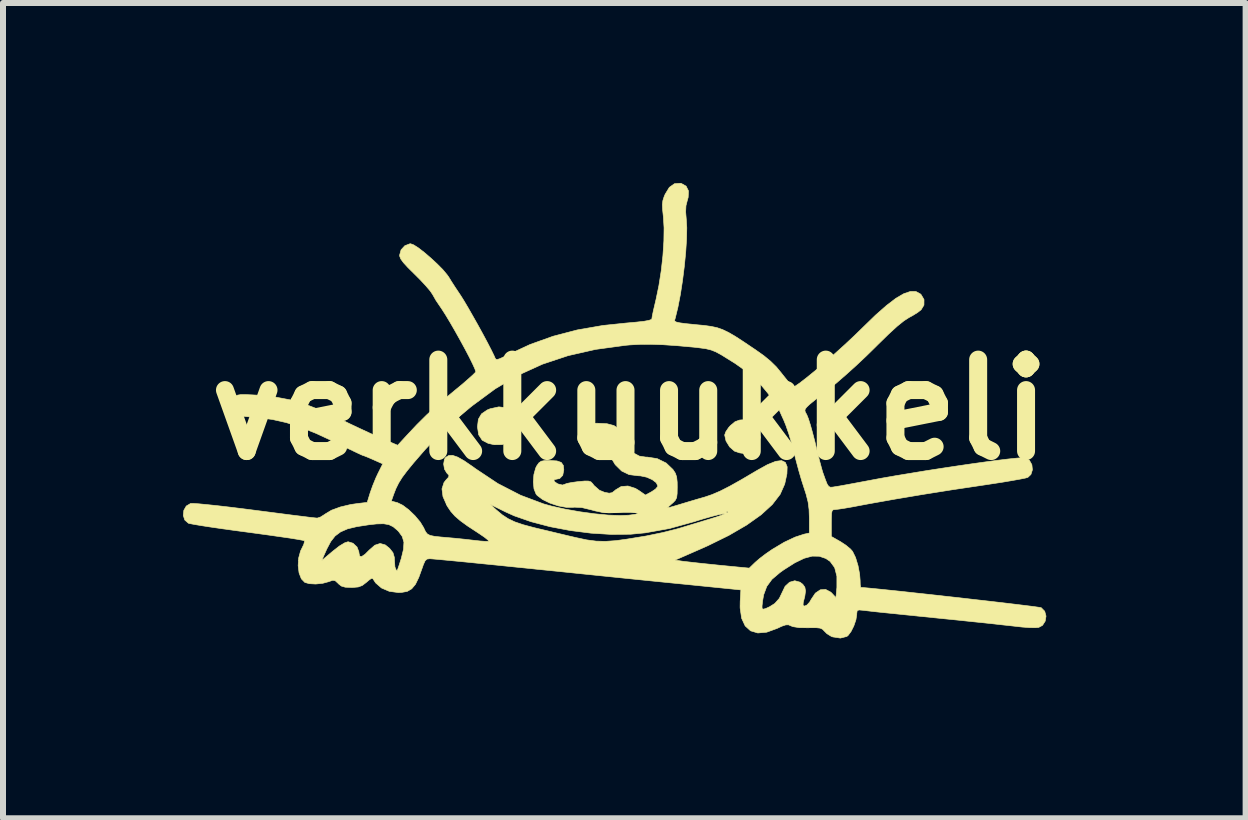
<source format=kicad_pcb>
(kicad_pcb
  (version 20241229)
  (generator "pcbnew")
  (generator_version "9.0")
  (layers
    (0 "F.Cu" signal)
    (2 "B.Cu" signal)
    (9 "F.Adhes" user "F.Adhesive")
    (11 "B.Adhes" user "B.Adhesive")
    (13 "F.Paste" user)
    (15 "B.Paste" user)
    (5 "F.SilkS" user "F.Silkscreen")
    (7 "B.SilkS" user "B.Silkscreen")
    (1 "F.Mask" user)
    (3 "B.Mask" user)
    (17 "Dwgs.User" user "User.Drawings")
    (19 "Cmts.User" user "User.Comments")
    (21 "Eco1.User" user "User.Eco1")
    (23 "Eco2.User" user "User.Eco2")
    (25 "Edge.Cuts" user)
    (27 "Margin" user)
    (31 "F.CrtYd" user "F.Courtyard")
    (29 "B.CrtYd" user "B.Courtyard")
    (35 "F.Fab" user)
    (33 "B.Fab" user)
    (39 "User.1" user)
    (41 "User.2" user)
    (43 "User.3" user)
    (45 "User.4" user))
  (footprint "verkkuukkeli"
    (layer "F.Cu")
    (at 7.449 3.779)
    (property "Reference" "verkkuukkeli" (at 0 0 0) (layer "F.SilkS") (effects (font (size 1.524 1.524) (thickness 0.3))))
    (attr through_hole)
    (fp_poly (pts (xy 1.984 0.195) (xy 2.079 0.261) (xy 2.147 0.354) (xy 2.173 0.459) (xy 2.173 0.461) (xy 2.15 0.574) (xy 2.087 0.665) (xy 1.997 0.721) (xy 1.924 0.733) (xy 1.83 0.72) (xy 1.745 0.691) (xy 1.743 0.69) (xy 1.663 0.62) (xy 1.603 0.522) (xy 1.58 0.422) (xy 1.6 0.367) (xy 1.648 0.296) (xy 1.676 0.265) (xy 1.754 0.2) (xy 1.829 0.173) (xy 1.877 0.169) (xy 1.984 0.195)) (stroke (width 0.01) (type solid)) (fill yes) (layer "F.SilkS"))
    (fp_poly (pts (xy -2.051 -0.031) (xy -1.941 0.032) (xy -1.93 0.043) (xy -1.886 0.103) (xy -1.866 0.179) (xy -1.863 0.25) (xy -1.867 0.364) (xy -1.886 0.438) (xy -1.928 0.49) (xy -2 0.534) (xy -2.006 0.537) (xy -2.131 0.582) (xy -2.26 0.584) (xy -2.362 0.561) (xy -2.461 0.509) (xy -2.52 0.419) (xy -2.54 0.289) (xy -2.54 0.282) (xy -2.525 0.159) (xy -2.473 0.07) (xy -2.378 0.005) (xy -2.33 -0.015) (xy -2.184 -0.047) (xy -2.051 -0.031)) (stroke (width 0.01) (type solid)) (fill yes) (layer "F.SilkS"))
    (fp_poly (pts (xy 0.86 -3.77) (xy 0.938 -3.726) (xy 0.977 -3.647) (xy 0.972 -3.539) (xy 0.958 -3.49) (xy 0.935 -3.399) (xy 0.93 -3.297) (xy 0.94 -3.177) (xy 0.949 -3.032) (xy 0.945 -2.844) (xy 0.931 -2.627) (xy 0.908 -2.392) (xy 0.878 -2.153) (xy 0.842 -1.92) (xy 0.801 -1.708) (xy 0.757 -1.528) (xy 0.747 -1.494) (xy 0.749 -1.476) (xy 0.774 -1.461) (xy 0.831 -1.448) (xy 0.925 -1.435) (xy 1.067 -1.421) (xy 1.103 -1.417) (xy 1.243 -1.404) (xy 1.356 -1.388) (xy 1.454 -1.367) (xy 1.546 -1.335) (xy 1.644 -1.288) (xy 1.756 -1.223) (xy 1.893 -1.134) (xy 2.065 -1.018) (xy 2.085 -1.005) (xy 2.232 -0.901) (xy 2.344 -0.809) (xy 2.439 -0.716) (xy 2.53 -0.606) (xy 2.545 -0.586) (xy 2.633 -0.477) (xy 2.699 -0.409) (xy 2.74 -0.385) (xy 2.746 -0.386) (xy 2.832 -0.445) (xy 2.951 -0.537) (xy 3.093 -0.653) (xy 3.251 -0.788) (xy 3.417 -0.934) (xy 3.582 -1.083) (xy 3.738 -1.229) (xy 3.877 -1.364) (xy 3.881 -1.368) (xy 4.094 -1.575) (xy 4.278 -1.737) (xy 4.435 -1.857) (xy 4.567 -1.934) (xy 4.677 -1.971) (xy 4.768 -1.97) (xy 4.842 -1.93) (xy 4.854 -1.919) (xy 4.903 -1.836) (xy 4.902 -1.744) (xy 4.855 -1.666) (xy 4.799 -1.622) (xy 4.714 -1.569) (xy 4.653 -1.536) (xy 4.569 -1.482) (xy 4.456 -1.391) (xy 4.314 -1.261) (xy 4.139 -1.09) (xy 4.095 -1.046) (xy 3.941 -0.895) (xy 3.772 -0.736) (xy 3.6 -0.581) (xy 3.442 -0.444) (xy 3.33 -0.353) (xy 3.181 -0.237) (xy 3.071 -0.15) (xy 2.994 -0.087) (xy 2.947 -0.042) (xy 2.923 -0.01) (xy 2.918 0.017) (xy 2.926 0.043) (xy 2.944 0.074) (xy 2.951 0.088) (xy 2.976 0.15) (xy 3.009 0.254) (xy 3.046 0.387) (xy 3.085 0.536) (xy 3.095 0.579) (xy 3.131 0.727) (xy 3.165 0.862) (xy 3.194 0.97) (xy 3.214 1.04) (xy 3.218 1.051) (xy 3.26 1.168) (xy 3.289 1.241) (xy 3.315 1.279) (xy 3.344 1.293) (xy 3.385 1.29) (xy 3.426 1.283) (xy 3.495 1.272) (xy 3.606 1.252) (xy 3.746 1.226) (xy 3.901 1.197) (xy 3.965 1.185) (xy 4.184 1.144) (xy 4.424 1.102) (xy 4.678 1.06) (xy 4.939 1.017) (xy 5.203 0.976) (xy 5.461 0.937) (xy 5.708 0.901) (xy 5.938 0.869) (xy 6.143 0.842) (xy 6.317 0.821) (xy 6.454 0.807) (xy 6.548 0.8) (xy 6.59 0.802) (xy 6.66 0.844) (xy 6.701 0.917) (xy 6.71 1.002) (xy 6.685 1.08) (xy 6.634 1.128) (xy 6.592 1.14) (xy 6.502 1.158) (xy 6.373 1.181) (xy 6.214 1.208) (xy 6.032 1.236) (xy 5.894 1.257) (xy 5.372 1.335) (xy 4.875 1.414) (xy 4.412 1.492) (xy 3.991 1.567) (xy 3.852 1.593) (xy 3.71 1.62) (xy 3.583 1.642) (xy 3.484 1.657) (xy 3.426 1.664) (xy 3.422 1.664) (xy 3.39 1.668) (xy 3.371 1.686) (xy 3.362 1.73) (xy 3.359 1.812) (xy 3.358 1.889) (xy 3.358 2.113) (xy 3.511 2.2) (xy 3.601 2.259) (xy 3.677 2.322) (xy 3.712 2.362) (xy 3.762 2.464) (xy 3.803 2.599) (xy 3.83 2.742) (xy 3.838 2.843) (xy 3.84 2.917) (xy 3.846 2.959) (xy 3.849 2.963) (xy 3.901 2.966) (xy 4 2.975) (xy 4.141 2.989) (xy 4.316 3.007) (xy 4.52 3.028) (xy 4.746 3.053) (xy 4.987 3.079) (xy 5.237 3.107) (xy 5.491 3.135) (xy 5.741 3.164) (xy 5.98 3.191) (xy 6.204 3.217) (xy 6.405 3.241) (xy 6.577 3.262) (xy 6.713 3.279) (xy 6.807 3.292) (xy 6.853 3.3) (xy 6.857 3.301) (xy 6.915 3.36) (xy 6.937 3.441) (xy 6.923 3.525) (xy 6.878 3.595) (xy 6.815 3.629) (xy 6.755 3.634) (xy 6.657 3.632) (xy 6.537 3.623) (xy 6.483 3.617) (xy 6.35 3.602) (xy 6.212 3.587) (xy 6.062 3.57) (xy 5.893 3.552) (xy 5.698 3.532) (xy 5.47 3.508) (xy 5.201 3.481) (xy 4.884 3.449) (xy 4.826 3.443) (xy 4.61 3.421) (xy 4.407 3.4) (xy 4.226 3.382) (xy 4.076 3.366) (xy 3.963 3.353) (xy 3.896 3.345) (xy 3.888 3.344) (xy 3.819 3.338) (xy 3.789 3.351) (xy 3.782 3.396) (xy 3.782 3.412) (xy 3.768 3.503) (xy 3.733 3.605) (xy 3.686 3.699) (xy 3.636 3.765) (xy 3.616 3.78) (xy 3.509 3.807) (xy 3.384 3.788) (xy 3.358 3.779) (xy 3.285 3.734) (xy 3.241 3.69) (xy 3.211 3.659) (xy 3.171 3.641) (xy 3.108 3.634) (xy 3.006 3.634) (xy 2.973 3.635) (xy 2.824 3.633) (xy 2.721 3.617) (xy 2.686 3.604) (xy 2.645 3.586) (xy 2.599 3.587) (xy 2.533 3.609) (xy 2.454 3.646) (xy 2.281 3.709) (xy 2.133 3.722) (xy 2.012 3.686) (xy 1.922 3.604) (xy 1.863 3.477) (xy 1.838 3.306) (xy 1.838 3.272) (xy 2.203 3.272) (xy 2.204 3.315) (xy 2.222 3.325) (xy 2.261 3.316) (xy 2.329 3.285) (xy 2.407 3.236) (xy 2.415 3.231) (xy 2.491 3.146) (xy 2.536 3.052) (xy 2.588 2.944) (xy 2.662 2.876) (xy 2.749 2.851) (xy 2.836 2.875) (xy 2.882 2.91) (xy 2.917 2.959) (xy 2.928 3.022) (xy 2.916 3.111) (xy 2.89 3.213) (xy 2.887 3.262) (xy 2.912 3.274) (xy 2.953 3.255) (xy 2.997 3.207) (xy 3.022 3.163) (xy 3.092 3.058) (xy 3.175 3.002) (xy 3.263 2.996) (xy 3.35 3.042) (xy 3.37 3.062) (xy 3.435 3.132) (xy 3.451 2.961) (xy 3.451 2.777) (xy 3.414 2.633) (xy 3.338 2.529) (xy 3.266 2.48) (xy 3.157 2.443) (xy 3.039 2.441) (xy 2.905 2.477) (xy 2.75 2.552) (xy 2.567 2.668) (xy 2.5 2.716) (xy 2.368 2.828) (xy 2.282 2.946) (xy 2.23 3.086) (xy 2.213 3.185) (xy 2.203 3.272) (xy 1.838 3.272) (xy 1.839 3.197) (xy 1.85 3.004) (xy 0.918 2.91) (xy 0.705 2.889) (xy 0.446 2.863) (xy 0.149 2.833) (xy -0.175 2.8) (xy -0.517 2.765) (xy -0.867 2.729) (xy -1.216 2.693) (xy -1.555 2.659) (xy -1.637 2.65) (xy -1.936 2.62) (xy -2.219 2.591) (xy -2.482 2.565) (xy -2.72 2.541) (xy -2.926 2.521) (xy -3.096 2.505) (xy -3.225 2.493) (xy -3.307 2.486) (xy -3.335 2.484) (xy -3.381 2.49) (xy -3.413 2.519) (xy -3.442 2.583) (xy -3.459 2.632) (xy -3.518 2.795) (xy -3.574 2.911) (xy -3.637 2.986) (xy -3.711 3.029) (xy -3.806 3.046) (xy -3.86 3.048) (xy -4.009 3.028) (xy -4.14 2.972) (xy -4.237 2.888) (xy -4.263 2.849) (xy -4.284 2.816) (xy -4.308 2.812) (xy -4.349 2.841) (xy -4.391 2.877) (xy -4.46 2.93) (xy -4.527 2.955) (xy -4.619 2.963) (xy -4.645 2.963) (xy -4.744 2.959) (xy -4.809 2.94) (xy -4.859 2.901) (xy -4.863 2.895) (xy -4.91 2.852) (xy -4.951 2.843) (xy -5.015 2.865) (xy -5.02 2.867) (xy -5.12 2.894) (xy -5.236 2.906) (xy -5.344 2.9) (xy -5.418 2.879) (xy -5.476 2.819) (xy -5.514 2.721) (xy -5.529 2.6) (xy -5.524 2.516) (xy -5.138 2.516) (xy -4.952 2.359) (xy -4.842 2.273) (xy -4.753 2.219) (xy -4.697 2.201) (xy -4.615 2.226) (xy -4.548 2.289) (xy -4.516 2.372) (xy -4.516 2.385) (xy -4.505 2.44) (xy -4.472 2.449) (xy -4.414 2.41) (xy -4.346 2.342) (xy -4.251 2.259) (xy -4.163 2.23) (xy -4.077 2.254) (xy -4.005 2.312) (xy -3.949 2.383) (xy -3.926 2.461) (xy -3.923 2.519) (xy -3.916 2.622) (xy -3.894 2.675) (xy -3.879 2.681) (xy -3.868 2.656) (xy -3.846 2.591) (xy -3.816 2.497) (xy -3.81 2.479) (xy -3.773 2.326) (xy -3.766 2.209) (xy -3.794 2.114) (xy -3.856 2.029) (xy -3.874 2.011) (xy -3.945 1.951) (xy -4.017 1.916) (xy -4.105 1.901) (xy -4.222 1.904) (xy -4.349 1.918) (xy -4.55 1.949) (xy -4.705 1.986) (xy -4.822 2.037) (xy -4.913 2.105) (xy -4.986 2.198) (xy -5.051 2.321) (xy -5.065 2.352) (xy -5.138 2.516) (xy -5.524 2.516) (xy -5.521 2.473) (xy -5.489 2.355) (xy -5.469 2.315) (xy -5.435 2.245) (xy -5.423 2.195) (xy -5.426 2.184) (xy -5.458 2.176) (xy -5.54 2.161) (xy -5.663 2.141) (xy -5.823 2.118) (xy -6.012 2.091) (xy -6.223 2.062) (xy -6.371 2.042) (xy -6.596 2.012) (xy -6.805 1.983) (xy -6.99 1.956) (xy -7.146 1.932) (xy -7.264 1.912) (xy -7.338 1.898) (xy -7.358 1.893) (xy -7.419 1.839) (xy -7.444 1.762) (xy -7.435 1.678) (xy -7.394 1.606) (xy -7.323 1.564) (xy -7.322 1.563) (xy -7.278 1.563) (xy -7.184 1.569) (xy -7.049 1.582) (xy -6.878 1.6) (xy -6.679 1.623) (xy -6.459 1.65) (xy -6.256 1.676) (xy -6.024 1.706) (xy -5.808 1.734) (xy -5.615 1.759) (xy -5.452 1.779) (xy -5.326 1.795) (xy -5.243 1.804) (xy -5.211 1.807) (xy -5.156 1.789) (xy -5.088 1.746) (xy -5.077 1.738) (xy -4.974 1.676) (xy -4.827 1.622) (xy -4.651 1.58) (xy -4.537 1.564) (xy -4.377 1.545) (xy -4.371 1.523) (xy -3.976 1.523) (xy -3.872 1.551) (xy -3.786 1.593) (xy -3.685 1.669) (xy -3.583 1.767) (xy -3.495 1.872) (xy -3.435 1.97) (xy -3.431 1.981) (xy -3.405 2.035) (xy -3.375 2.072) (xy -3.329 2.096) (xy -3.256 2.111) (xy -3.144 2.123) (xy -3.062 2.13) (xy -2.915 2.143) (xy -2.749 2.16) (xy -2.602 2.177) (xy -2.493 2.189) (xy -2.407 2.195) (xy -2.358 2.194) (xy -2.352 2.192) (xy -2.367 2.171) (xy -2.42 2.128) (xy -2.502 2.072) (xy -2.544 2.044) (xy -2.706 1.938) (xy -2.827 1.85) (xy -2.917 1.772) (xy -2.985 1.695) (xy -3.041 1.612) (xy -3.049 1.598) (xy -3.058 1.578) (xy -2.328 1.578) (xy -2.225 1.671) (xy -2.127 1.753) (xy -2.029 1.817) (xy -1.918 1.87) (xy -1.78 1.917) (xy -1.604 1.964) (xy -1.544 1.979) (xy -1.374 2.019) (xy -1.195 2.062) (xy -1.027 2.102) (xy -0.903 2.131) (xy -0.721 2.17) (xy -0.562 2.191) (xy -0.407 2.195) (xy -0.235 2.183) (xy -0.051 2.158) (xy 0.273 2.105) (xy 0.553 2.047) (xy 0.801 1.984) (xy 0.874 1.962) (xy 1.006 1.922) (xy 1.162 1.875) (xy 1.312 1.829) (xy 1.336 1.822) (xy 1.444 1.788) (xy 1.526 1.76) (xy 1.571 1.741) (xy 1.576 1.736) (xy 1.544 1.737) (xy 1.47 1.752) (xy 1.365 1.779) (xy 1.241 1.814) (xy 1.109 1.854) (xy 1.087 1.862) (xy 0.662 1.98) (xy 0.255 2.053) (xy 0.014 2.076) (xy -0.309 2.079) (xy -0.649 2.058) (xy -0.995 2.014) (xy -1.332 1.95) (xy -1.647 1.867) (xy -1.928 1.769) (xy -2.07 1.705) (xy -2.328 1.578) (xy -3.058 1.578) (xy -3.115 1.449) (xy -3.132 1.32) (xy -3.098 1.214) (xy -3.065 1.172) (xy -3.021 1.124) (xy -3.016 1.094) (xy -3.045 1.061) (xy -3.051 1.056) (xy -3.09 0.991) (xy -3.104 0.906) (xy -3.091 0.827) (xy -3.071 0.796) (xy -3.02 0.764) (xy -2.955 0.761) (xy -2.871 0.79) (xy -2.76 0.853) (xy -2.616 0.952) (xy -2.571 0.985) (xy -2.201 1.231) (xy -1.82 1.427) (xy -1.436 1.571) (xy -1.306 1.607) (xy -1.074 1.659) (xy -0.83 1.702) (xy -0.588 1.735) (xy -0.36 1.757) (xy -0.161 1.764) (xy -0.022 1.759) (xy 0.078 1.746) (xy 0.125 1.734) (xy 0.126 1.723) (xy 0.086 1.715) (xy 0.008 1.711) (xy -0.101 1.711) (xy -0.201 1.715) (xy -0.348 1.72) (xy -0.466 1.711) (xy -0.483 1.707) (xy 1.609 1.707) (xy 1.623 1.722) (xy 1.637 1.707) (xy 1.623 1.693) (xy 1.609 1.707) (xy -0.483 1.707) (xy -0.583 1.686) (xy -0.64 1.67) (xy -0.802 1.631) (xy -0.925 1.625) (xy -0.94 1.627) (xy -1.057 1.628) (xy -1.194 1.603) (xy -1.332 1.557) (xy -1.455 1.497) (xy -1.545 1.429) (xy -1.564 1.405) (xy -1.598 1.32) (xy -1.609 1.205) (xy -1.6 1.082) (xy -1.57 0.973) (xy -1.553 0.938) (xy -1.517 0.887) (xy -1.478 0.859) (xy -1.419 0.848) (xy -1.333 0.847) (xy -1.216 0.854) (xy -1.144 0.879) (xy -1.109 0.929) (xy -1.101 1.002) (xy -1.119 1.095) (xy -1.171 1.148) (xy -1.219 1.157) (xy -1.264 1.168) (xy -1.26 1.196) (xy -1.211 1.231) (xy -1.196 1.238) (xy -1.124 1.256) (xy -1.09 1.245) (xy -1.048 1.229) (xy -0.966 1.213) (xy -0.863 1.199) (xy -0.858 1.199) (xy -0.753 1.189) (xy -0.689 1.19) (xy -0.649 1.203) (xy -0.619 1.234) (xy -0.598 1.263) (xy -0.507 1.343) (xy -0.423 1.377) (xy -0.345 1.392) (xy -0.295 1.383) (xy -0.247 1.345) (xy -0.24 1.338) (xy -0.145 1.281) (xy -0.032 1.272) (xy 0.091 1.311) (xy 0.149 1.346) (xy 0.26 1.423) (xy 0.363 1.367) (xy 0.427 1.324) (xy 0.463 1.282) (xy 0.466 1.271) (xy 0.44 1.217) (xy 0.373 1.166) (xy 0.28 1.125) (xy 0.176 1.103) (xy 0.136 1.101) (xy -0.013 1.082) (xy -0.137 1.022) (xy -0.244 0.916) (xy -0.338 0.76) (xy -0.366 0.7) (xy -0.412 0.611) (xy -0.462 0.562) (xy -0.535 0.54) (xy -0.632 0.536) (xy -0.735 0.525) (xy -0.794 0.486) (xy -0.817 0.413) (xy -0.818 0.381) (xy -0.811 0.309) (xy -0.781 0.263) (xy -0.72 0.238) (xy -0.618 0.227) (xy -0.538 0.226) (xy -0.381 0.234) (xy -0.266 0.264) (xy -0.179 0.324) (xy -0.108 0.422) (xy -0.061 0.517) (xy 0.007 0.647) (xy 0.077 0.73) (xy 0.159 0.774) (xy 0.265 0.79) (xy 0.29 0.79) (xy 0.456 0.816) (xy 0.605 0.889) (xy 0.718 0.997) (xy 0.758 1.058) (xy 0.78 1.122) (xy 0.789 1.208) (xy 0.79 1.291) (xy 0.788 1.398) (xy 0.78 1.465) (xy 0.758 1.51) (xy 0.719 1.551) (xy 0.703 1.564) (xy 0.653 1.609) (xy 0.63 1.635) (xy 0.631 1.637) (xy 0.663 1.629) (xy 0.736 1.608) (xy 0.834 1.579) (xy 0.866 1.569) (xy 0.999 1.529) (xy 1.138 1.488) (xy 1.253 1.455) (xy 1.256 1.454) (xy 1.37 1.415) (xy 1.505 1.357) (xy 1.666 1.275) (xy 1.86 1.166) (xy 2.094 1.028) (xy 2.121 1.012) (xy 2.294 0.916) (xy 2.43 0.861) (xy 2.528 0.848) (xy 2.592 0.879) (xy 2.622 0.952) (xy 2.618 1.069) (xy 2.583 1.231) (xy 2.58 1.242) (xy 2.505 1.411) (xy 2.374 1.581) (xy 2.187 1.752) (xy 1.946 1.923) (xy 1.65 2.095) (xy 1.3 2.267) (xy 1.188 2.317) (xy 0.754 2.507) (xy 0.878 2.526) (xy 0.947 2.534) (xy 1.06 2.547) (xy 1.205 2.563) (xy 1.37 2.58) (xy 1.496 2.593) (xy 1.99 2.641) (xy 2.088 2.546) (xy 2.163 2.481) (xy 2.264 2.404) (xy 2.37 2.331) (xy 2.373 2.329) (xy 2.572 2.21) (xy 2.754 2.124) (xy 2.904 2.075) (xy 2.992 2.056) (xy 2.992 1.809) (xy 2.987 1.664) (xy 2.971 1.54) (xy 2.938 1.41) (xy 2.906 1.311) (xy 2.863 1.178) (xy 2.815 1.013) (xy 2.768 0.838) (xy 2.734 0.706) (xy 2.694 0.551) (xy 2.648 0.398) (xy 2.602 0.265) (xy 2.566 0.176) (xy 2.525 0.086) (xy 2.495 0.018) (xy 2.484 -0.015) (xy 2.484 -0.015) (xy 2.468 -0.042) (xy 2.424 -0.105) (xy 2.361 -0.192) (xy 2.299 -0.276) (xy 2.187 -0.411) (xy 2.067 -0.533) (xy 1.926 -0.65) (xy 1.755 -0.771) (xy 1.543 -0.903) (xy 1.518 -0.918) (xy 1.433 -0.964) (xy 1.355 -0.995) (xy 1.265 -1.017) (xy 1.145 -1.033) (xy 1.066 -1.042) (xy 0.787 -1.067) (xy 0.553 -1.083) (xy 0.352 -1.09) (xy 0.173 -1.089) (xy 0.004 -1.08) (xy -0.073 -1.073) (xy -0.571 -1.005) (xy -1.029 -0.901) (xy -1.456 -0.759) (xy -1.858 -0.576) (xy -2.243 -0.349) (xy -2.616 -0.074) (xy -2.653 -0.045) (xy -2.879 0.144) (xy -3.071 0.316) (xy -3.244 0.485) (xy -3.411 0.663) (xy -3.586 0.865) (xy -3.601 0.882) (xy -3.713 1.019) (xy -3.795 1.128) (xy -3.854 1.223) (xy -3.9 1.316) (xy -3.938 1.414) (xy -3.976 1.523) (xy -4.371 1.523) (xy -4.329 1.386) (xy -4.287 1.268) (xy -4.234 1.138) (xy -4.2 1.065) (xy -4.119 0.903) (xy -4.279 0.832) (xy -4.364 0.795) (xy -4.427 0.77) (xy -4.452 0.762) (xy -4.48 0.75) (xy -4.551 0.717) (xy -4.656 0.667) (xy -4.787 0.604) (xy -4.935 0.532) (xy -5.228 0.396) (xy -5.489 0.291) (xy -5.728 0.215) (xy -5.959 0.163) (xy -6.192 0.132) (xy -6.262 0.126) (xy -6.404 0.114) (xy -6.501 0.1) (xy -6.564 0.082) (xy -6.604 0.056) (xy -6.607 0.053) (xy -6.653 -0.028) (xy -6.65 -0.119) (xy -6.6 -0.201) (xy -6.571 -0.227) (xy -6.538 -0.243) (xy -6.489 -0.251) (xy -6.414 -0.252) (xy -6.3 -0.247) (xy -6.208 -0.242) (xy -5.931 -0.215) (xy -5.668 -0.165) (xy -5.403 -0.088) (xy -5.124 0.02) (xy -4.838 0.152) (xy -4.67 0.234) (xy -4.494 0.317) (xy -4.328 0.394) (xy -4.188 0.457) (xy -4.141 0.477) (xy -3.87 0.593) (xy -3.72 0.43) (xy -3.55 0.249) (xy -3.391 0.091) (xy -3.228 -0.059) (xy -3.045 -0.216) (xy -2.914 -0.325) (xy -2.796 -0.422) (xy -2.696 -0.509) (xy -2.62 -0.577) (xy -2.576 -0.621) (xy -2.568 -0.632) (xy -2.582 -0.677) (xy -2.62 -0.761) (xy -2.676 -0.875) (xy -2.747 -1.01) (xy -2.827 -1.157) (xy -2.911 -1.307) (xy -2.994 -1.451) (xy -3.071 -1.579) (xy -3.137 -1.682) (xy -3.174 -1.736) (xy -3.232 -1.822) (xy -3.285 -1.915) (xy -3.287 -1.919) (xy -3.327 -1.978) (xy -3.399 -2.063) (xy -3.491 -2.162) (xy -3.588 -2.259) (xy -3.7 -2.37) (xy -3.775 -2.452) (xy -3.819 -2.513) (xy -3.837 -2.56) (xy -3.838 -2.576) (xy -3.814 -2.664) (xy -3.751 -2.733) (xy -3.668 -2.765) (xy -3.655 -2.766) (xy -3.603 -2.747) (xy -3.522 -2.695) (xy -3.424 -2.619) (xy -3.317 -2.527) (xy -3.212 -2.43) (xy -3.118 -2.335) (xy -3.047 -2.25) (xy -3.018 -2.209) (xy -2.972 -2.134) (xy -2.906 -2.032) (xy -2.834 -1.924) (xy -2.821 -1.905) (xy -2.769 -1.822) (xy -2.7 -1.706) (xy -2.62 -1.566) (xy -2.534 -1.414) (xy -2.45 -1.261) (xy -2.373 -1.117) (xy -2.309 -0.993) (xy -2.264 -0.901) (xy -2.249 -0.866) (xy -2.235 -0.842) (xy -2.21 -0.836) (xy -2.163 -0.852) (xy -2.082 -0.89) (xy -2.039 -0.912) (xy -1.663 -1.087) (xy -1.28 -1.224) (xy -0.879 -1.329) (xy -0.449 -1.404) (xy -0.064 -1.444) (xy 0.112 -1.46) (xy 0.238 -1.474) (xy 0.318 -1.489) (xy 0.359 -1.504) (xy 0.367 -1.516) (xy 0.373 -1.558) (xy 0.39 -1.641) (xy 0.416 -1.752) (xy 0.437 -1.842) (xy 0.484 -2.069) (xy 0.523 -2.317) (xy 0.551 -2.569) (xy 0.567 -2.813) (xy 0.57 -3.031) (xy 0.559 -3.21) (xy 0.546 -3.334) (xy 0.542 -3.419) (xy 0.55 -3.485) (xy 0.57 -3.548) (xy 0.588 -3.591) (xy 0.658 -3.706) (xy 0.744 -3.767) (xy 0.845 -3.774) (xy 0.86 -3.77)) (stroke (width 0.01) (type solid)) (fill yes) (layer "F.SilkS")))
  (gr_rect
    (start -3 -3)
    (end 17.713 10.59)
    (stroke (width 0.1) (type default))
    (fill no)
    (layer "Edge.Cuts")))
</source>
